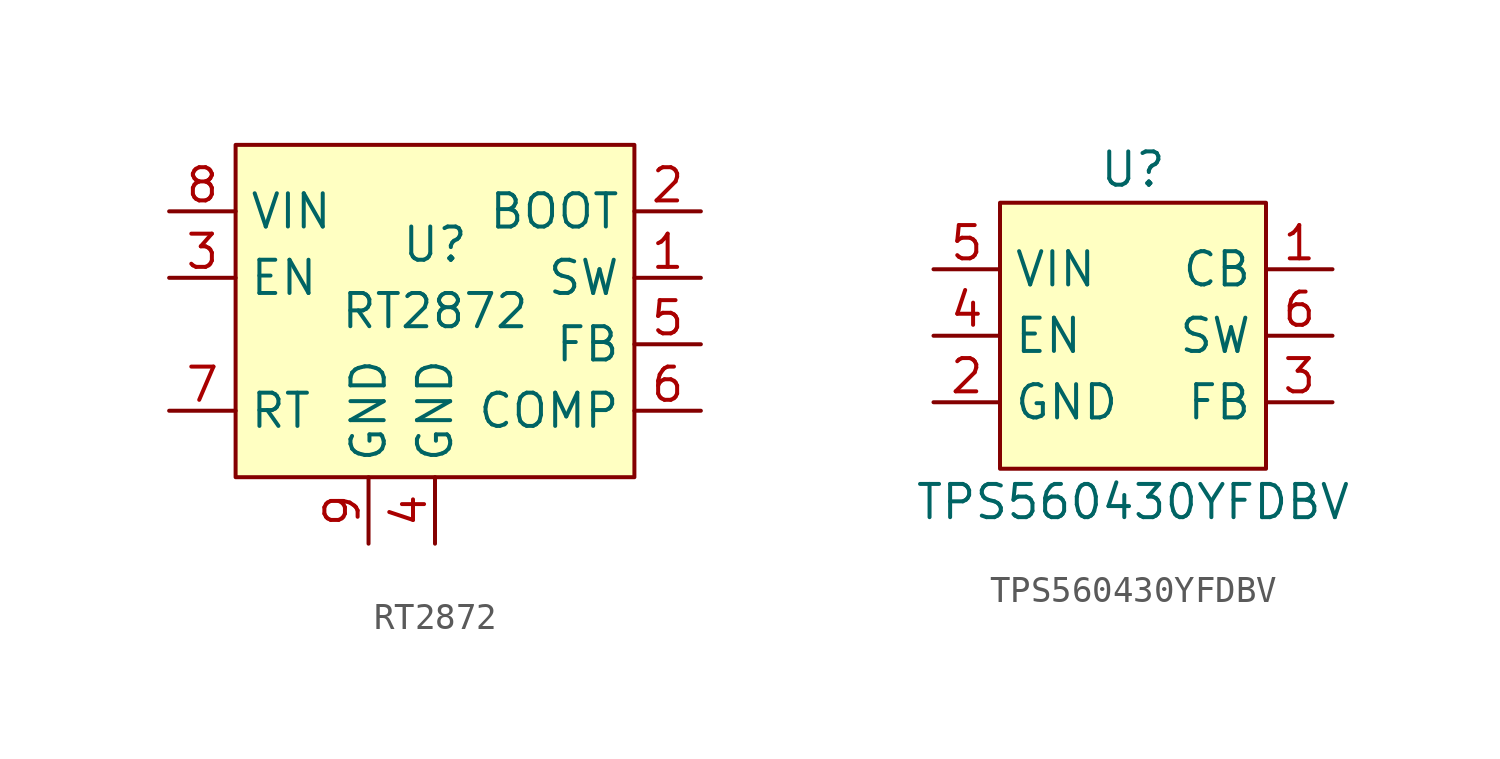
<source format=kicad_sym>
(kicad_symbol_lib
  (version 20220914)
  (generator kicad_symbol_editor)
  (symbol "RT2872"
    (property "Reference" "U"
      (at 0 2.54 0)
      (effects (font (size 1.27 1.27))))
    (property "Value" "RT2872"
      (at 0 0 0)
      (effects (font (size 1.27 1.27))))
    (symbol "RT2872_0_0"
      (pin unspecified line (at 10.16 1.27 180) (length 2.54) (name "SW" (effects (font (size 1.27 1.27)))) (number "1" (effects (font (size 1.27 1.27)))))
      (pin unspecified line (at 10.16 3.81 180) (length 2.54) (name "BOOT" (effects (font (size 1.27 1.27)))) (number "2" (effects (font (size 1.27 1.27)))))
      (pin unspecified line (at -10.16 1.27 0) (length 2.54) (name "EN" (effects (font (size 1.27 1.27)))) (number "3" (effects (font (size 1.27 1.27)))))
      (pin unspecified line (at 0 -8.89 90) (length 2.54) (name "GND" (effects (font (size 1.27 1.27)))) (number "4" (effects (font (size 1.27 1.27)))))
      (pin unspecified line (at 10.16 -1.27 180) (length 2.54) (name "FB" (effects (font (size 1.27 1.27)))) (number "5" (effects (font (size 1.27 1.27)))))
      (pin unspecified line (at 10.16 -3.81 180) (length 2.54) (name "COMP" (effects (font (size 1.27 1.27)))) (number "6" (effects (font (size 1.27 1.27)))))
      (pin unspecified line (at -10.16 -3.81 0) (length 2.54) (name "RT" (effects (font (size 1.27 1.27)))) (number "7" (effects (font (size 1.27 1.27)))))
      (pin unspecified line (at -10.16 3.81 0) (length 2.54) (name "VIN" (effects (font (size 1.27 1.27)))) (number "8" (effects (font (size 1.27 1.27)))))
      (pin unspecified line (at -2.54 -8.89 90) (length 2.54) (name "GND" (effects (font (size 1.27 1.27)))) (number "9" (effects (font (size 1.27 1.27))))))
    (symbol "RT2872_1_1"
      (rectangle (start -7.62 6.35) (end 7.62 -6.35) (stroke (width 0) (type default)) (fill (type background)))))
  (symbol "TPS560430YFDBV"
    (property "Reference" "U"
      (at 0 6.35 0)
      (effects (font (size 1.27 1.27))))
    (property "Value" "TPS560430YFDBV"
      (at 0 -6.35 0)
      (effects (font (size 1.27 1.27))))
    (symbol "TPS560430YFDBV_0_0"
      (pin unspecified line (at 7.62 2.54 180) (length 2.54) (name "CB" (effects (font (size 1.27 1.27)))) (number "1" (effects (font (size 1.27 1.27)))))
      (pin unspecified line (at -7.62 -2.54 0) (length 2.54) (name "GND" (effects (font (size 1.27 1.27)))) (number "2" (effects (font (size 1.27 1.27)))))
      (pin unspecified line (at 7.62 -2.54 180) (length 2.54) (name "FB" (effects (font (size 1.27 1.27)))) (number "3" (effects (font (size 1.27 1.27)))))
      (pin unspecified line (at -7.62 0 0) (length 2.54) (name "EN" (effects (font (size 1.27 1.27)))) (number "4" (effects (font (size 1.27 1.27)))))
      (pin unspecified line (at -7.62 2.54 0) (length 2.54) (name "VIN" (effects (font (size 1.27 1.27)))) (number "5" (effects (font (size 1.27 1.27)))))
      (pin unspecified line (at 7.62 0 180) (length 2.54) (name "SW" (effects (font (size 1.27 1.27)))) (number "6" (effects (font (size 1.27 1.27))))))
    (symbol "TPS560430YFDBV_1_1"
      (rectangle (start -5.08 5.08) (end 5.08 -5.08) (stroke (width 0) (type default)) (fill (type background))))))
</source>
